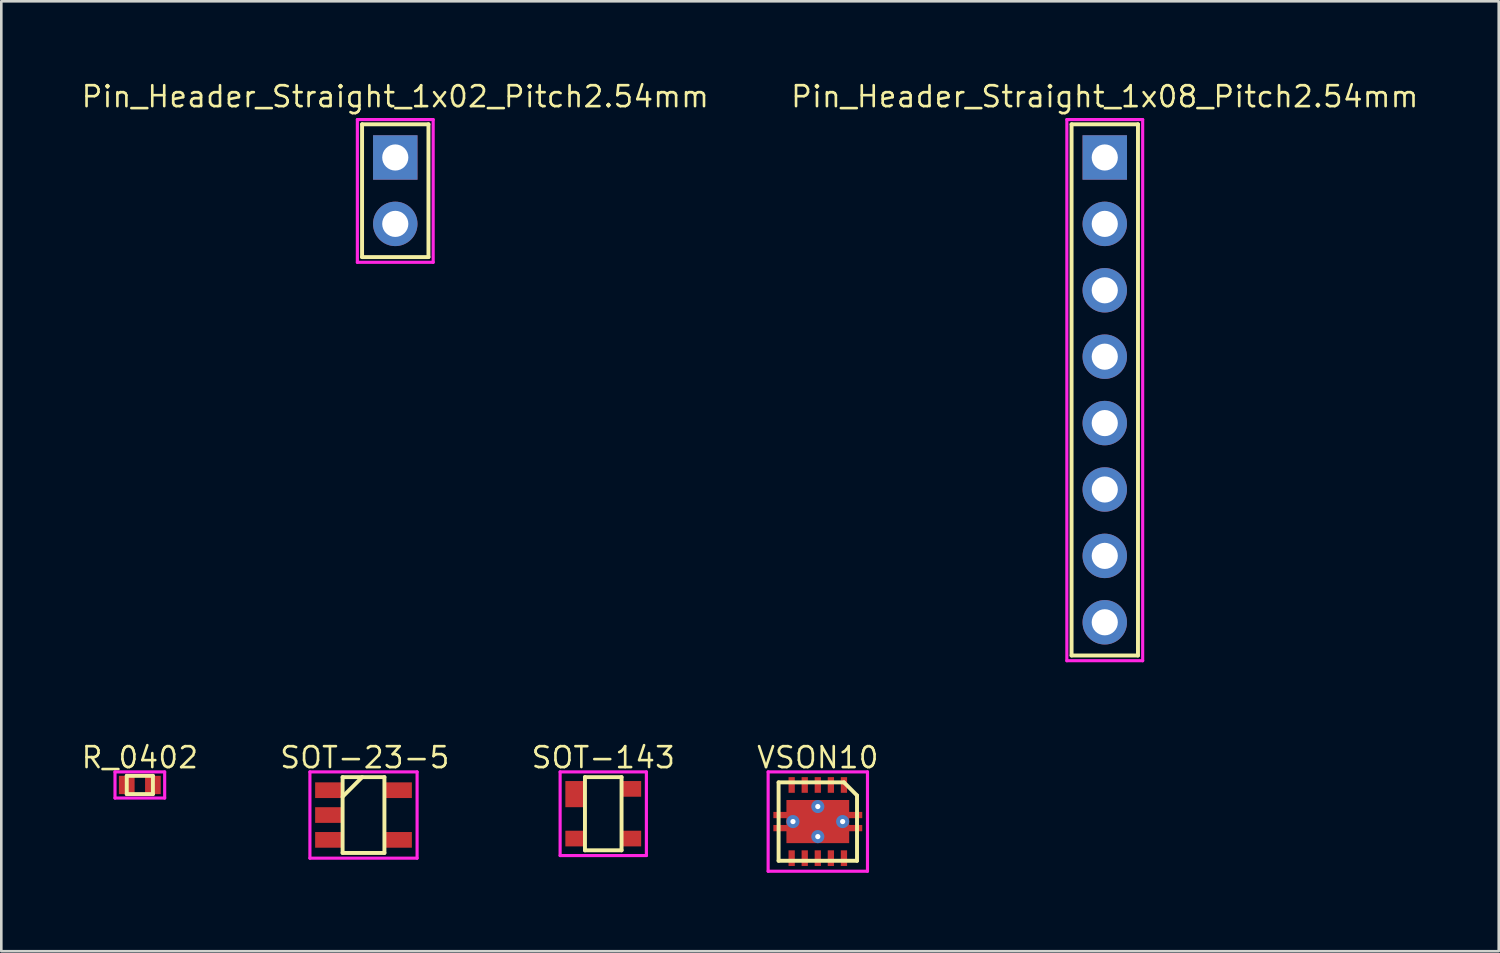
<source format=kicad_pcb>
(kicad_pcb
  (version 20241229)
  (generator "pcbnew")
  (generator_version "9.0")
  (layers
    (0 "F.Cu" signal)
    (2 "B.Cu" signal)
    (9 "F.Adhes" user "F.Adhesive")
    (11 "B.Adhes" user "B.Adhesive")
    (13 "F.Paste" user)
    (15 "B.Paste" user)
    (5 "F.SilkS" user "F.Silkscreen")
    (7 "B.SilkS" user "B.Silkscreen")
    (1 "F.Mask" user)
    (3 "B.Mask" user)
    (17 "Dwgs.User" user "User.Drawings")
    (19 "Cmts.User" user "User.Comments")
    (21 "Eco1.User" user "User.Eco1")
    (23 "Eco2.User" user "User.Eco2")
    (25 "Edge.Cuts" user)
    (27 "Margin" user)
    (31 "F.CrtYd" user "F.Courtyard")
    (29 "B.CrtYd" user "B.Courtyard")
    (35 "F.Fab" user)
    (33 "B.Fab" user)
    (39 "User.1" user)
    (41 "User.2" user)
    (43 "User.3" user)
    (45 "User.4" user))
  (footprint "Pin_Header_Straight_1x08_Pitch2.54mm"
    (layer "F.Cu")
    (at 39.21 2.974)
    (property "Reference" "Pin_Header_Straight_1x08_Pitch2.54mm" (at 0 -2.33 0) (layer "F.SilkS") (effects (font (size 0.8 0.8) (thickness 0.1))))
    (attr through_hole)
    (fp_line (start -1.27 -1.27) (end -1.27 19.05) (stroke (width 0.15) (type solid)) (layer "F.SilkS"))
    (fp_line (start -1.27 -1.27) (end 1.27 -1.27) (stroke (width 0.15) (type solid)) (layer "F.SilkS"))
    (fp_line (start -1.27 19.05) (end 1.27 19.05) (stroke (width 0.15) (type solid)) (layer "F.SilkS"))
    (fp_line (start 1.27 -1.27) (end 1.27 19.05) (stroke (width 0.15) (type solid)) (layer "F.SilkS"))
    (fp_line (start -1.45 -1.45) (end -1.45 19.25) (stroke (width 0.12) (type solid)) (layer "F.CrtYd"))
    (fp_line (start -1.45 19.25) (end 1.45 19.25) (stroke (width 0.12) (type solid)) (layer "F.CrtYd"))
    (fp_line (start 1.45 -1.45) (end -1.45 -1.45) (stroke (width 0.12) (type solid)) (layer "F.CrtYd"))
    (fp_line (start 1.45 19.25) (end 1.45 -1.45) (stroke (width 0.12) (type solid)) (layer "F.CrtYd"))
    (pad "1" thru_hole rect (at 0 0) (size 1.7 1.7) (drill 1) (layers "*.Cu" "*.Mask"))
    (pad "2" thru_hole oval (at 0 2.54) (size 1.7 1.7) (drill 1) (layers "*.Cu" "*.Mask"))
    (pad "3" thru_hole oval (at 0 5.08) (size 1.7 1.7) (drill 1) (layers "*.Cu" "*.Mask"))
    (pad "4" thru_hole oval (at 0 7.62) (size 1.7 1.7) (drill 1) (layers "*.Cu" "*.Mask"))
    (pad "5" thru_hole oval (at 0 10.16) (size 1.7 1.7) (drill 1) (layers "*.Cu" "*.Mask"))
    (pad "6" thru_hole oval (at 0 12.7) (size 1.7 1.7) (drill 1) (layers "*.Cu" "*.Mask"))
    (pad "7" thru_hole oval (at 0 15.24) (size 1.7 1.7) (drill 1) (layers "*.Cu" "*.Mask"))
    (pad "8" thru_hole oval (at 0 17.78) (size 1.7 1.7) (drill 1) (layers "*.Cu" "*.Mask")))
  (footprint "VSON10"
    (layer "F.Cu")
    (at 28.233 28.377)
    (property "Reference" "VSON10" (at 0 -2.45 0) (layer "F.SilkS") (effects (font (size 0.8 0.8) (thickness 0.1))))
    (attr through_hole)
    (fp_line (start -1.5 -1.5) (end -1.5 1.5) (stroke (width 0.15) (type solid)) (layer "F.SilkS"))
    (fp_line (start -1.5 1.5) (end 1.5 1.5) (stroke (width 0.15) (type solid)) (layer "F.SilkS"))
    (fp_line (start 1 -1.5) (end -1.5 -1.5) (stroke (width 0.15) (type solid)) (layer "F.SilkS"))
    (fp_line (start 1 -1.5) (end 1.5 -1) (stroke (width 0.15) (type solid)) (layer "F.SilkS"))
    (fp_line (start 1.5 1.5) (end 1.5 -1) (stroke (width 0.15) (type solid)) (layer "F.SilkS"))
    (fp_line (start -1.9 -1.9) (end 1.9 -1.9) (stroke (width 0.12) (type solid)) (layer "F.CrtYd"))
    (fp_line (start -1.9 1.9) (end -1.9 -1.9) (stroke (width 0.12) (type solid)) (layer "F.CrtYd"))
    (fp_line (start 1.9 -1.9) (end 1.9 1.9) (stroke (width 0.12) (type solid)) (layer "F.CrtYd"))
    (fp_line (start 1.9 1.9) (end -1.9 1.9) (stroke (width 0.12) (type solid)) (layer "F.CrtYd"))
    (pad "1" smd rect (at 1 -1.4) (size 0.24 0.6) (layers "F.Cu" "F.Mask" "F.Paste"))
    (pad "2" smd rect (at 0.5 -1.4) (size 0.24 0.6) (layers "F.Cu" "F.Mask" "F.Paste"))
    (pad "3" smd rect (at 0 -1.4) (size 0.24 0.6) (layers "F.Cu" "F.Mask" "F.Paste"))
    (pad "4" smd rect (at -0.5 -1.4) (size 0.24 0.6) (layers "F.Cu" "F.Mask" "F.Paste"))
    (pad "5" smd rect (at -1 -1.4) (size 0.24 0.6) (layers "F.Cu" "F.Mask" "F.Paste"))
    (pad "6" smd rect (at -1 1.4) (size 0.24 0.6) (layers "F.Cu" "F.Mask" "F.Paste"))
    (pad "7" smd rect (at -0.5 1.4) (size 0.24 0.6) (layers "F.Cu" "F.Mask" "F.Paste"))
    (pad "8" smd rect (at 0 1.4) (size 0.24 0.6) (layers "F.Cu" "F.Mask" "F.Paste"))
    (pad "9" smd rect (at 0.5 1.4) (size 0.24 0.6) (layers "F.Cu" "F.Mask" "F.Paste"))
    (pad "10" smd rect (at 1 1.4) (size 0.24 0.6) (layers "F.Cu" "F.Mask" "F.Paste"))
    (pad "11" smd rect (at -1.4 -0.25 90) (size 0.24 0.6) (layers "F.Cu" "F.Mask" "F.Paste"))
    (pad "11" smd rect (at -1.4 0.25 90) (size 0.24 0.6) (layers "F.Cu" "F.Mask" "F.Paste"))
    (pad "11" thru_hole circle (at -0.95 0) (size 0.5 0.5) (drill 0.2) (layers "*.Cu" "*.Mask"))
    (pad "11" thru_hole circle (at 0 -0.575) (size 0.5 0.5) (drill 0.2) (layers "*.Cu" "*.Mask"))
    (pad "11" smd rect (at 0 0) (size 2.4 1.65) (layers "F.Cu" "F.Mask" "F.Paste"))
    (pad "11" thru_hole circle (at 0 0.575) (size 0.5 0.5) (drill 0.2) (layers "*.Cu" "*.Mask"))
    (pad "11" thru_hole circle (at 0.95 0) (size 0.5 0.5) (drill 0.2) (layers "*.Cu" "*.Mask"))
    (pad "11" smd rect (at 1.4 -0.25 90) (size 0.24 0.6) (layers "F.Cu" "F.Mask" "F.Paste"))
    (pad "11" smd rect (at 1.4 0.25 90) (size 0.24 0.6) (layers "F.Cu" "F.Mask" "F.Paste")))
  (footprint "SOT-143"
    (layer "F.Cu")
    (at 20.026 28.077)
    (property "Reference" "SOT-143" (at 0 -2.15 0) (layer "F.SilkS") (effects (font (size 0.8 0.8) (thickness 0.1))))
    (attr smd)
    (fp_line (start -0.7 -1.4) (end -0.7 1.4) (stroke (width 0.15) (type solid)) (layer "F.SilkS"))
    (fp_line (start -0.7 1.4) (end 0.7 1.4) (stroke (width 0.15) (type solid)) (layer "F.SilkS"))
    (fp_line (start 0.7 -1.4) (end -0.7 -1.4) (stroke (width 0.15) (type solid)) (layer "F.SilkS"))
    (fp_line (start 0.7 1.4) (end 0.7 -1.4) (stroke (width 0.15) (type solid)) (layer "F.SilkS"))
    (fp_line (start -1.65 -1.6) (end -1.65 1.6) (stroke (width 0.12) (type solid)) (layer "F.CrtYd"))
    (fp_line (start -1.65 1.6) (end 1.65 1.6) (stroke (width 0.12) (type solid)) (layer "F.CrtYd"))
    (fp_line (start 1.65 -1.6) (end -1.65 -1.6) (stroke (width 0.12) (type solid)) (layer "F.CrtYd"))
    (fp_line (start 1.65 1.6) (end 1.65 -1.6) (stroke (width 0.12) (type solid)) (layer "F.CrtYd"))
    (pad "1" smd rect (at -1.1 -0.75 270) (size 1 0.7) (layers "F.Cu" "F.Mask" "F.Paste"))
    (pad "2" smd rect (at -1.1 0.95 270) (size 0.6 0.7) (layers "F.Cu" "F.Mask" "F.Paste"))
    (pad "3" smd rect (at 1.1 0.95 270) (size 0.6 0.7) (layers "F.Cu" "F.Mask" "F.Paste"))
    (pad "4" smd rect (at 1.1 -0.95 270) (size 0.6 0.7) (layers "F.Cu" "F.Mask" "F.Paste")))
  (footprint "R_0402"
    (layer "F.Cu")
    (at 2.299 26.977)
    (property "Reference" "R_0402" (at 0 -1.05 0) (layer "F.SilkS") (effects (font (size 0.8 0.8) (thickness 0.1))))
    (attr smd)
    (fp_line (start -0.5 -0.35) (end 0.5 -0.35) (stroke (width 0.15) (type solid)) (layer "F.SilkS"))
    (fp_line (start -0.5 0.35) (end -0.5 -0.35) (stroke (width 0.15) (type solid)) (layer "F.SilkS"))
    (fp_line (start 0.5 -0.35) (end 0.5 0.35) (stroke (width 0.15) (type solid)) (layer "F.SilkS"))
    (fp_line (start 0.5 0.35) (end -0.5 0.35) (stroke (width 0.15) (type solid)) (layer "F.SilkS"))
    (fp_line (start -0.95 0.5) (end -0.95 -0.5) (stroke (width 0.12) (type solid)) (layer "F.CrtYd"))
    (fp_line (start 0.95 -0.5) (end -0.95 -0.5) (stroke (width 0.12) (type solid)) (layer "F.CrtYd"))
    (fp_line (start 0.95 -0.5) (end 0.95 0.5) (stroke (width 0.12) (type solid)) (layer "F.CrtYd"))
    (fp_line (start 0.95 0.5) (end -0.95 0.5) (stroke (width 0.12) (type solid)) (layer "F.CrtYd"))
    (pad "1" smd rect (at -0.5 0) (size 0.6 0.7) (layers "F.Cu" "F.Mask" "F.Paste"))
    (pad "2" smd rect (at 0.5 0) (size 0.6 0.7) (layers "F.Cu" "F.Mask" "F.Paste")))
  (footprint "Pin_Header_Straight_1x02_Pitch2.54mm"
    (layer "F.Cu")
    (at 12.07 2.974)
    (property "Reference" "Pin_Header_Straight_1x02_Pitch2.54mm" (at 0 -2.33 0) (layer "F.SilkS") (effects (font (size 0.8 0.8) (thickness 0.1))))
    (attr through_hole)
    (fp_line (start -1.27 -1.27) (end -1.27 3.81) (stroke (width 0.15) (type solid)) (layer "F.SilkS"))
    (fp_line (start -1.27 -1.27) (end 1.27 -1.27) (stroke (width 0.15) (type solid)) (layer "F.SilkS"))
    (fp_line (start -1.27 3.81) (end 1.27 3.81) (stroke (width 0.15) (type solid)) (layer "F.SilkS"))
    (fp_line (start 1.27 -1.27) (end 1.27 3.81) (stroke (width 0.15) (type solid)) (layer "F.SilkS"))
    (fp_line (start -1.45 -1.45) (end -1.45 4.01) (stroke (width 0.12) (type solid)) (layer "F.CrtYd"))
    (fp_line (start -1.45 4.01) (end 1.45 4.01) (stroke (width 0.12) (type solid)) (layer "F.CrtYd"))
    (fp_line (start 1.45 -1.45) (end -1.45 -1.45) (stroke (width 0.12) (type solid)) (layer "F.CrtYd"))
    (fp_line (start 1.45 4.01) (end 1.45 -1.45) (stroke (width 0.12) (type solid)) (layer "F.CrtYd"))
    (pad "1" thru_hole rect (at 0 0) (size 1.7 1.7) (drill 1) (layers "*.Cu" "*.Mask"))
    (pad "2" thru_hole oval (at 0 2.54) (size 1.7 1.7) (drill 1) (layers "*.Cu" "*.Mask")))
  (footprint "SOT-23-5"
    (layer "F.Cu")
    (at 10.855 28.127)
    (property "Reference" "SOT-23-5" (at 0.05 -2.2 0) (layer "F.SilkS") (effects (font (size 0.8 0.8) (thickness 0.1))))
    (attr through_hole)
    (fp_line (start -0.8 -0.7) (end -0.05 -1.45) (stroke (width 0.15) (type solid)) (layer "F.SilkS"))
    (fp_line (start -0.8 1.45) (end -0.8 -1.45) (stroke (width 0.15) (type solid)) (layer "F.SilkS"))
    (fp_line (start 0.8 -1.45) (end -0.8 -1.45) (stroke (width 0.15) (type solid)) (layer "F.SilkS"))
    (fp_line (start 0.8 1.45) (end -0.8 1.45) (stroke (width 0.15) (type solid)) (layer "F.SilkS"))
    (fp_line (start 0.8 1.45) (end 0.8 -1.45) (stroke (width 0.15) (type solid)) (layer "F.SilkS"))
    (fp_line (start -2.05 -1.65) (end 2.05 -1.65) (stroke (width 0.12) (type solid)) (layer "F.CrtYd"))
    (fp_line (start -2.05 1.65) (end -2.05 -1.65) (stroke (width 0.12) (type solid)) (layer "F.CrtYd"))
    (fp_line (start 2.05 -1.65) (end 2.05 1.65) (stroke (width 0.12) (type solid)) (layer "F.CrtYd"))
    (fp_line (start 2.05 1.65) (end -2.05 1.65) (stroke (width 0.12) (type solid)) (layer "F.CrtYd"))
    (pad "1" smd rect (at -1.3 -0.95) (size 1.1 0.6) (layers "F.Cu" "F.Mask" "F.Paste"))
    (pad "2" smd rect (at -1.3 0) (size 1.1 0.6) (layers "F.Cu" "F.Mask" "F.Paste"))
    (pad "3" smd rect (at -1.3 0.95) (size 1.1 0.6) (layers "F.Cu" "F.Mask" "F.Paste"))
    (pad "4" smd rect (at 1.3 0.95) (size 1.1 0.6) (layers "F.Cu" "F.Mask" "F.Paste"))
    (pad "5" smd rect (at 1.3 -0.95) (size 1.1 0.6) (layers "F.Cu" "F.Mask" "F.Paste")))
  (gr_rect
    (start -3 -3)
    (end 54.28 33.337)
    (stroke (width 0.1) (type default))
    (fill no)
    (layer "Edge.Cuts")))
</source>
